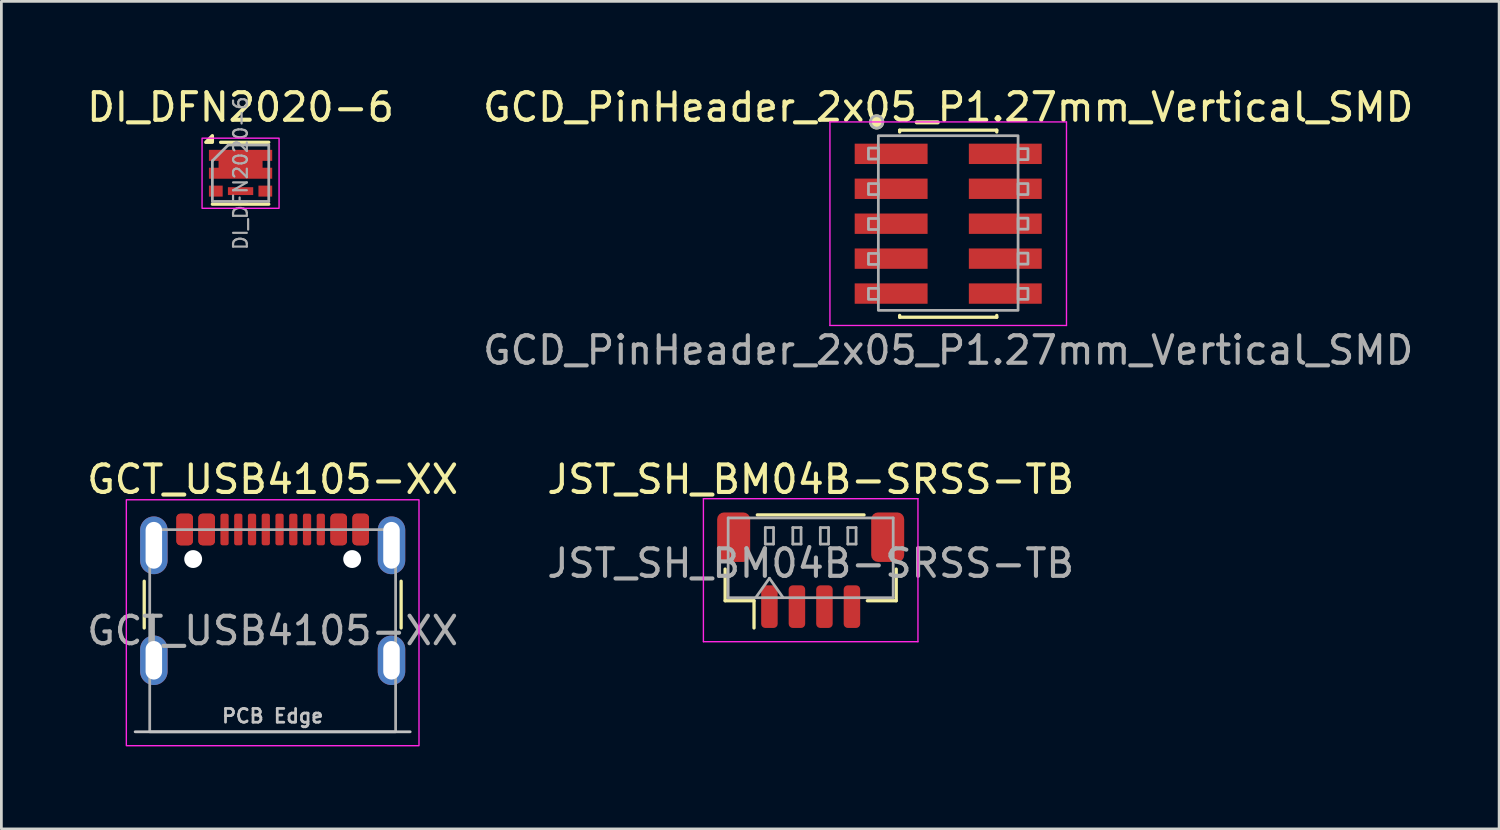
<source format=kicad_pcb>
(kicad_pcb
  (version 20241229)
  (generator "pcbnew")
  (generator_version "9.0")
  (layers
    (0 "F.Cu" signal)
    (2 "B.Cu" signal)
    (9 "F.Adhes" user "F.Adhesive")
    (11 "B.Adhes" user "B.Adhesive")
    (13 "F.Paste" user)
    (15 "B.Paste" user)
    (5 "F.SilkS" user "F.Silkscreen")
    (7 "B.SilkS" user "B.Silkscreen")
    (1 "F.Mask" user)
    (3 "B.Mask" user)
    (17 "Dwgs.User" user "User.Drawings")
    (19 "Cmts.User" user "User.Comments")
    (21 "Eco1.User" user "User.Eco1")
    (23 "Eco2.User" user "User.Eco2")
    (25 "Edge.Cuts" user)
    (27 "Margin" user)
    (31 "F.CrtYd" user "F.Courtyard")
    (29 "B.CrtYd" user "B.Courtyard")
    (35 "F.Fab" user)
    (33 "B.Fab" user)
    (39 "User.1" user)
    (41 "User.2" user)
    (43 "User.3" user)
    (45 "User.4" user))
  (footprint "DI_DFN2020-6"
    (layer "F.Cu")
    (at 5.696 3.248)
    (property "Reference" "DI_DFN2020-6" (at 0 -2.4 0) (unlocked yes) (layer "F.SilkS") (effects (font (size 1 1) (thickness 0.15))))
    (attr smd)
    (fp_line (start 1.025 -1.125) (end -0.725 -1.125) (stroke (width 0.12) (type default)) (layer "F.SilkS"))
    (fp_line (start 1.025 1.125) (end -1.025 1.125) (stroke (width 0.12) (type default)) (layer "F.SilkS"))
    (fp_poly (pts (xy -1.025 -1.125) (xy -1.265 -1.125) (xy -1.025 -1.365) (xy -1.025 -1.125)) (stroke (width 0.12) (type solid)) (fill yes) (layer "F.SilkS"))
    (fp_rect (start 1.4 -1.275) (end -1.4 1.275) (stroke (width 0.05) (type default)) (fill no) (layer "F.CrtYd"))
    (fp_line (start -1.025 -0.45) (end -0.45 -1.025) (stroke (width 0.1) (type default)) (layer "F.Fab"))
    (fp_line (start -1.025 1.025) (end -1.025 -0.45) (stroke (width 0.1) (type default)) (layer "F.Fab"))
    (fp_line (start -0.45 -1.025) (end 1.025 -1.025) (stroke (width 0.1) (type default)) (layer "F.Fab"))
    (fp_line (start 1.025 -1.025) (end 1.025 1.025) (stroke (width 0.1) (type default)) (layer "F.Fab"))
    (fp_line (start 1.025 1.025) (end -1.025 1.025) (stroke (width 0.1) (type default)) (layer "F.Fab"))
    (fp_text user "${REFERENCE}" (at 0 0 90) (unlocked yes) (layer "F.Fab") (effects (font (size 0.5 0.5) (thickness 0.08))))
    (pad "1" smd custom (at 0 -0.325 270) (size 1.05 1.6) (layers "F.Cu" "F.Mask" "F.Paste") (options (anchor rect)) (primitives (gr_poly (pts (xy -0.525 -1.15) (xy -0.125 -1.15) (xy -0.125 -0.8) (xy 0.125 -0.8) (xy 0.125 -1.15) (xy 0.525 -1.15) (xy 0.525 1.15) (xy 0.125 1.15) (xy 0.125 0.8) (xy -0.125 0.8) (xy -0.125 1.15) (xy -0.525 1.15)) (width 0) (fill yes))))
    (pad "3" smd rect (at -0.9 0.65 270) (size 0.4 0.5) (layers "F.Cu" "F.Mask" "F.Paste"))
    (pad "4" smd rect (at 0 0.65 270) (size 0.285 0.92) (layers "F.Cu" "F.Mask" "F.Paste"))
    (pad "4" smd rect (at 0.9 0.65 270) (size 0.4 0.5) (layers "F.Cu" "F.Mask" "F.Paste")))
  (footprint "GCD_PinHeader_2x05_P1.27mm_Vertical_SMD"
    (layer "F.Cu")
    (at 31.423 5.083)
    (property "Reference" "GCD_PinHeader_2x05_P1.27mm_Vertical_SMD" (at 0 -4.235 0) (layer "F.SilkS") (effects (font (size 1 1) (thickness 0.15))))
    (attr smd)
    (fp_line (start -1.765 -3.4) (end -1.765 -3.335) (stroke (width 0.12) (type solid)) (layer "F.SilkS"))
    (fp_line (start -1.765 -3.4) (end 1.765 -3.4) (stroke (width 0.12) (type solid)) (layer "F.SilkS"))
    (fp_line (start -1.765 3.335) (end -1.765 3.4) (stroke (width 0.12) (type solid)) (layer "F.SilkS"))
    (fp_line (start -1.765 3.4) (end 1.765 3.4) (stroke (width 0.12) (type solid)) (layer "F.SilkS"))
    (fp_line (start 1.765 -3.4) (end 1.765 -3.335) (stroke (width 0.12) (type solid)) (layer "F.SilkS"))
    (fp_line (start 1.765 3.335) (end 1.765 3.4) (stroke (width 0.12) (type solid)) (layer "F.SilkS"))
    (fp_circle (center -2.6 -3.7) (end -2.4 -3.6) (stroke (width 0.1) (type default)) (fill yes) (layer "F.SilkS"))
    (fp_line (start -4.3 -3.7) (end -4.3 3.7) (stroke (width 0.05) (type solid)) (layer "F.CrtYd"))
    (fp_line (start -4.3 3.7) (end 4.3 3.7) (stroke (width 0.05) (type solid)) (layer "F.CrtYd"))
    (fp_line (start 4.3 -3.7) (end -4.3 -3.7) (stroke (width 0.05) (type solid)) (layer "F.CrtYd"))
    (fp_line (start 4.3 3.7) (end 4.3 -3.7) (stroke (width 0.05) (type solid)) (layer "F.CrtYd"))
    (fp_rect (start -2.9 -2.75) (end -2.54 -2.35) (stroke (width 0.1) (type default)) (fill no) (layer "F.Fab"))
    (fp_rect (start -2.9 -1.46) (end -2.54 -1.06) (stroke (width 0.1) (type default)) (fill no) (layer "F.Fab"))
    (fp_rect (start -2.9 -0.19) (end -2.54 0.21) (stroke (width 0.1) (type default)) (fill no) (layer "F.Fab"))
    (fp_rect (start -2.9 1.08) (end -2.54 1.48) (stroke (width 0.1) (type default)) (fill no) (layer "F.Fab"))
    (fp_rect (start -2.9 2.35) (end -2.54 2.75) (stroke (width 0.1) (type default)) (fill no) (layer "F.Fab"))
    (fp_rect (start -2.54 -3.2) (end 2.54 3.15) (stroke (width 0.1) (type default)) (fill no) (layer "F.Fab"))
    (fp_rect (start 2.54 -2.73) (end 2.9 -2.33) (stroke (width 0.1) (type default)) (fill no) (layer "F.Fab"))
    (fp_rect (start 2.54 -1.46) (end 2.9 -1.06) (stroke (width 0.1) (type default)) (fill no) (layer "F.Fab"))
    (fp_rect (start 2.54 -0.2) (end 2.9 0.2) (stroke (width 0.1) (type default)) (fill no) (layer "F.Fab"))
    (fp_rect (start 2.54 1.07) (end 2.9 1.47) (stroke (width 0.1) (type default)) (fill no) (layer "F.Fab"))
    (fp_rect (start 2.54 2.35) (end 2.9 2.75) (stroke (width 0.1) (type default)) (fill no) (layer "F.Fab"))
    (fp_circle (center -2.6 -3.7) (end -2.4 -3.6) (stroke (width 0.1) (type default)) (fill no) (layer "F.Fab"))
    (fp_text user "${REFERENCE}" (at 0 4.6 180) (layer "F.Fab") (effects (font (size 1 1) (thickness 0.15))))
    (pad "1" smd rect (at -2.075 -2.54) (size 2.65 0.74) (layers "F.Cu" "F.Mask" "F.Paste"))
    (pad "2" smd rect (at 2.075 -2.54) (size 2.65 0.74) (layers "F.Cu" "F.Mask" "F.Paste"))
    (pad "3" smd rect (at -2.075 -1.27) (size 2.65 0.74) (layers "F.Cu" "F.Mask" "F.Paste"))
    (pad "4" smd rect (at 2.075 -1.27) (size 2.65 0.74) (layers "F.Cu" "F.Mask" "F.Paste"))
    (pad "5" smd rect (at -2.075 0) (size 2.65 0.74) (layers "F.Cu" "F.Mask" "F.Paste"))
    (pad "6" smd rect (at 2.075 0) (size 2.65 0.74) (layers "F.Cu" "F.Mask" "F.Paste"))
    (pad "7" smd rect (at -2.075 1.27) (size 2.65 0.74) (layers "F.Cu" "F.Mask" "F.Paste"))
    (pad "8" smd rect (at 2.075 1.27) (size 2.65 0.74) (layers "F.Cu" "F.Mask" "F.Paste"))
    (pad "9" smd rect (at -2.075 2.54) (size 2.65 0.74) (layers "F.Cu" "F.Mask" "F.Paste"))
    (pad "10" smd rect (at 2.075 2.54) (size 2.65 0.74) (layers "F.Cu" "F.Mask" "F.Paste")))
  (footprint "JST_SH_BM04B-SRSS-TB"
    (layer "F.Cu")
    (at 26.423 17.68)
    (property "Reference" "JST_SH_BM04B-SRSS-TB" (at 0 -3.3 0) (layer "F.SilkS") (effects (font (size 1 1) (thickness 0.15))))
    (attr smd)
    (fp_line (start -3.11 -0.04) (end -3.11 1.11) (stroke (width 0.12) (type solid)) (layer "F.SilkS"))
    (fp_line (start -3.11 1.11) (end -2.06 1.11) (stroke (width 0.12) (type solid)) (layer "F.SilkS"))
    (fp_line (start -2.06 1.11) (end -2.06 2.1) (stroke (width 0.12) (type solid)) (layer "F.SilkS"))
    (fp_line (start -1.94 -2.01) (end 1.94 -2.01) (stroke (width 0.12) (type solid)) (layer "F.SilkS"))
    (fp_line (start 3.11 -0.04) (end 3.11 1.11) (stroke (width 0.12) (type solid)) (layer "F.SilkS"))
    (fp_line (start 3.11 1.11) (end 2.06 1.11) (stroke (width 0.12) (type solid)) (layer "F.SilkS"))
    (fp_line (start -3.9 -2.6) (end -3.9 2.6) (stroke (width 0.05) (type solid)) (layer "F.CrtYd"))
    (fp_line (start -3.9 2.6) (end 3.9 2.6) (stroke (width 0.05) (type solid)) (layer "F.CrtYd"))
    (fp_line (start 3.9 -2.6) (end -3.9 -2.6) (stroke (width 0.05) (type solid)) (layer "F.CrtYd"))
    (fp_line (start 3.9 2.6) (end 3.9 -2.6) (stroke (width 0.05) (type solid)) (layer "F.CrtYd"))
    (fp_line (start -3 -1.9) (end 3 -1.9) (stroke (width 0.1) (type solid)) (layer "F.Fab"))
    (fp_line (start -3 1) (end -3 -1.9) (stroke (width 0.1) (type solid)) (layer "F.Fab"))
    (fp_line (start -3 1) (end 3 1) (stroke (width 0.1) (type solid)) (layer "F.Fab"))
    (fp_line (start -2 1) (end -1.5 0.293) (stroke (width 0.1) (type solid)) (layer "F.Fab"))
    (fp_line (start -1.65 -1.55) (end -1.65 -0.95) (stroke (width 0.1) (type solid)) (layer "F.Fab"))
    (fp_line (start -1.65 -0.95) (end -1.35 -0.95) (stroke (width 0.1) (type solid)) (layer "F.Fab"))
    (fp_line (start -1.5 0.293) (end -1 1) (stroke (width 0.1) (type solid)) (layer "F.Fab"))
    (fp_line (start -1.35 -1.55) (end -1.65 -1.55) (stroke (width 0.1) (type solid)) (layer "F.Fab"))
    (fp_line (start -1.35 -0.95) (end -1.35 -1.55) (stroke (width 0.1) (type solid)) (layer "F.Fab"))
    (fp_line (start -0.65 -1.55) (end -0.65 -0.95) (stroke (width 0.1) (type solid)) (layer "F.Fab"))
    (fp_line (start -0.65 -0.95) (end -0.35 -0.95) (stroke (width 0.1) (type solid)) (layer "F.Fab"))
    (fp_line (start -0.35 -1.55) (end -0.65 -1.55) (stroke (width 0.1) (type solid)) (layer "F.Fab"))
    (fp_line (start -0.35 -0.95) (end -0.35 -1.55) (stroke (width 0.1) (type solid)) (layer "F.Fab"))
    (fp_line (start 0.35 -1.55) (end 0.35 -0.95) (stroke (width 0.1) (type solid)) (layer "F.Fab"))
    (fp_line (start 0.35 -0.95) (end 0.65 -0.95) (stroke (width 0.1) (type solid)) (layer "F.Fab"))
    (fp_line (start 0.65 -1.55) (end 0.35 -1.55) (stroke (width 0.1) (type solid)) (layer "F.Fab"))
    (fp_line (start 0.65 -0.95) (end 0.65 -1.55) (stroke (width 0.1) (type solid)) (layer "F.Fab"))
    (fp_line (start 1.35 -1.55) (end 1.35 -0.95) (stroke (width 0.1) (type solid)) (layer "F.Fab"))
    (fp_line (start 1.35 -0.95) (end 1.65 -0.95) (stroke (width 0.1) (type solid)) (layer "F.Fab"))
    (fp_line (start 1.65 -1.55) (end 1.35 -1.55) (stroke (width 0.1) (type solid)) (layer "F.Fab"))
    (fp_line (start 1.65 -0.95) (end 1.65 -1.55) (stroke (width 0.1) (type solid)) (layer "F.Fab"))
    (fp_line (start 3 1) (end 3 -1.9) (stroke (width 0.1) (type solid)) (layer "F.Fab"))
    (fp_text user "${REFERENCE}" (at 0 -0.25 0) (layer "F.Fab") (effects (font (size 1 1) (thickness 0.15))))
    (pad "1" smd roundrect (at -1.5 1.325) (size 0.6 1.55) (layers "F.Cu" "F.Mask" "F.Paste") (roundrect_rratio 0.25))
    (pad "2" smd roundrect (at -0.5 1.325) (size 0.6 1.55) (layers "F.Cu" "F.Mask" "F.Paste") (roundrect_rratio 0.25))
    (pad "3" smd roundrect (at 0.5 1.325) (size 0.6 1.55) (layers "F.Cu" "F.Mask" "F.Paste") (roundrect_rratio 0.25))
    (pad "4" smd roundrect (at 1.5 1.325) (size 0.6 1.55) (layers "F.Cu" "F.Mask" "F.Paste") (roundrect_rratio 0.25))
    (pad "G1" smd roundrect (at -2.8 -1.2) (size 1.2 1.8) (layers "F.Cu" "F.Mask" "F.Paste") (roundrect_rratio 0.208))
    (pad "G2" smd roundrect (at 2.8 -1.2) (size 1.2 1.8) (layers "F.Cu" "F.Mask" "F.Paste") (roundrect_rratio 0.208)))
  (footprint "GCT_USB4105-XX"
    (layer "F.Cu")
    (at 6.863 19.88)
    (property "Reference" "GCT_USB4105-XX" (at 0 -5.5 0) (unlocked yes) (layer "F.SilkS") (effects (font (size 1 1) (thickness 0.15))))
    (attr smd)
    (fp_line (start -4.67 -0.1) (end -4.67 -1.8) (stroke (width 0.12) (type solid)) (layer "F.SilkS"))
    (fp_line (start 4.67 -0.1) (end 4.67 -1.8) (stroke (width 0.12) (type solid)) (layer "F.SilkS"))
    (fp_line (start 5 3.675) (end -5 3.675) (stroke (width 0.1) (type solid)) (layer "Dwgs.User"))
    (fp_rect (start -5.32 -4.76) (end 5.32 4.18) (stroke (width 0.05) (type solid)) (fill no) (layer "F.CrtYd"))
    (fp_rect (start -4.47 -3.675) (end 4.47 3.675) (stroke (width 0.1) (type solid)) (fill no) (layer "F.Fab"))
    (fp_text user "PCB Edge" (at 0 3.1 0) (unlocked yes) (layer "Dwgs.User") (effects (font (size 0.5 0.5) (thickness 0.1))))
    (fp_text user "${REFERENCE}" (at 0 0 0) (unlocked yes) (layer "F.Fab") (effects (font (size 1 1) (thickness 0.15))))
    (pad "" np_thru_hole circle (at -2.89 -2.605) (size 0.65 0.65) (drill 0.65) (layers "*.Cu" "*.Mask"))
    (pad "" np_thru_hole circle (at 2.89 -2.605) (size 0.65 0.65) (drill 0.65) (layers "*.Cu" "*.Mask"))
    (pad "A1" smd roundrect (at -3.2 -3.68) (size 0.6 1.15) (layers "F.Cu" "F.Mask" "F.Paste") (roundrect_rratio 0.25))
    (pad "A4" smd roundrect (at -2.4 -3.68) (size 0.6 1.15) (layers "F.Cu" "F.Mask" "F.Paste") (roundrect_rratio 0.25))
    (pad "A5" smd roundrect (at -1.25 -3.68) (size 0.3 1.15) (layers "F.Cu" "F.Mask" "F.Paste") (roundrect_rratio 0.25))
    (pad "A6" smd roundrect (at -0.25 -3.68) (size 0.3 1.15) (layers "F.Cu" "F.Mask" "F.Paste") (roundrect_rratio 0.25))
    (pad "A7" smd roundrect (at 0.25 -3.68) (size 0.3 1.15) (layers "F.Cu" "F.Mask" "F.Paste") (roundrect_rratio 0.25))
    (pad "A8" smd roundrect (at 1.25 -3.68) (size 0.3 1.15) (layers "F.Cu" "F.Mask" "F.Paste") (roundrect_rratio 0.25))
    (pad "A9" smd roundrect (at 2.4 -3.68) (size 0.6 1.15) (layers "F.Cu" "F.Mask" "F.Paste") (roundrect_rratio 0.25))
    (pad "A12" smd roundrect (at 3.2 -3.68) (size 0.6 1.15) (layers "F.Cu" "F.Mask" "F.Paste") (roundrect_rratio 0.25))
    (pad "B1" smd roundrect (at 3.2 -3.68) (size 0.6 1.15) (layers "F.Cu" "F.Mask" "F.Paste") (roundrect_rratio 0.25))
    (pad "B4" smd roundrect (at 2.4 -3.68) (size 0.6 1.15) (layers "F.Cu" "F.Mask" "F.Paste") (roundrect_rratio 0.25))
    (pad "B5" smd roundrect (at 1.75 -3.68) (size 0.3 1.15) (layers "F.Cu" "F.Mask" "F.Paste") (roundrect_rratio 0.25))
    (pad "B6" smd roundrect (at 0.75 -3.68) (size 0.3 1.15) (layers "F.Cu" "F.Mask" "F.Paste") (roundrect_rratio 0.25))
    (pad "B7" smd roundrect (at -0.75 -3.68) (size 0.3 1.15) (layers "F.Cu" "F.Mask" "F.Paste") (roundrect_rratio 0.25))
    (pad "B8" smd roundrect (at -1.75 -3.68) (size 0.3 1.15) (layers "F.Cu" "F.Mask" "F.Paste") (roundrect_rratio 0.25))
    (pad "B9" smd roundrect (at -2.4 -3.68) (size 0.6 1.15) (layers "F.Cu" "F.Mask" "F.Paste") (roundrect_rratio 0.25))
    (pad "B12" smd roundrect (at -3.2 -3.68) (size 0.6 1.15) (layers "F.Cu" "F.Mask" "F.Paste") (roundrect_rratio 0.25))
    (pad "S1" thru_hole oval (at -4.32 -3.105) (size 1 2.1) (drill oval 0.6 1.7) (layers "*.Cu" "*.Mask" "F.Paste"))
    (pad "S1" thru_hole oval (at -4.32 1.075) (size 1 1.8) (drill oval 0.6 1.4) (layers "*.Cu" "*.Mask" "F.Paste"))
    (pad "S1" thru_hole oval (at 4.32 -3.105) (size 1 2.1) (drill oval 0.6 1.7) (layers "*.Cu" "*.Mask" "F.Paste"))
    (pad "S1" thru_hole oval (at 4.32 1.075) (size 1 1.8) (drill oval 0.6 1.4) (layers "*.Cu" "*.Mask" "F.Paste")))
  (gr_rect
    (start -3 -3)
    (end 51.452 27.085)
    (stroke (width 0.1) (type default))
    (fill no)
    (layer "Edge.Cuts")))
</source>
